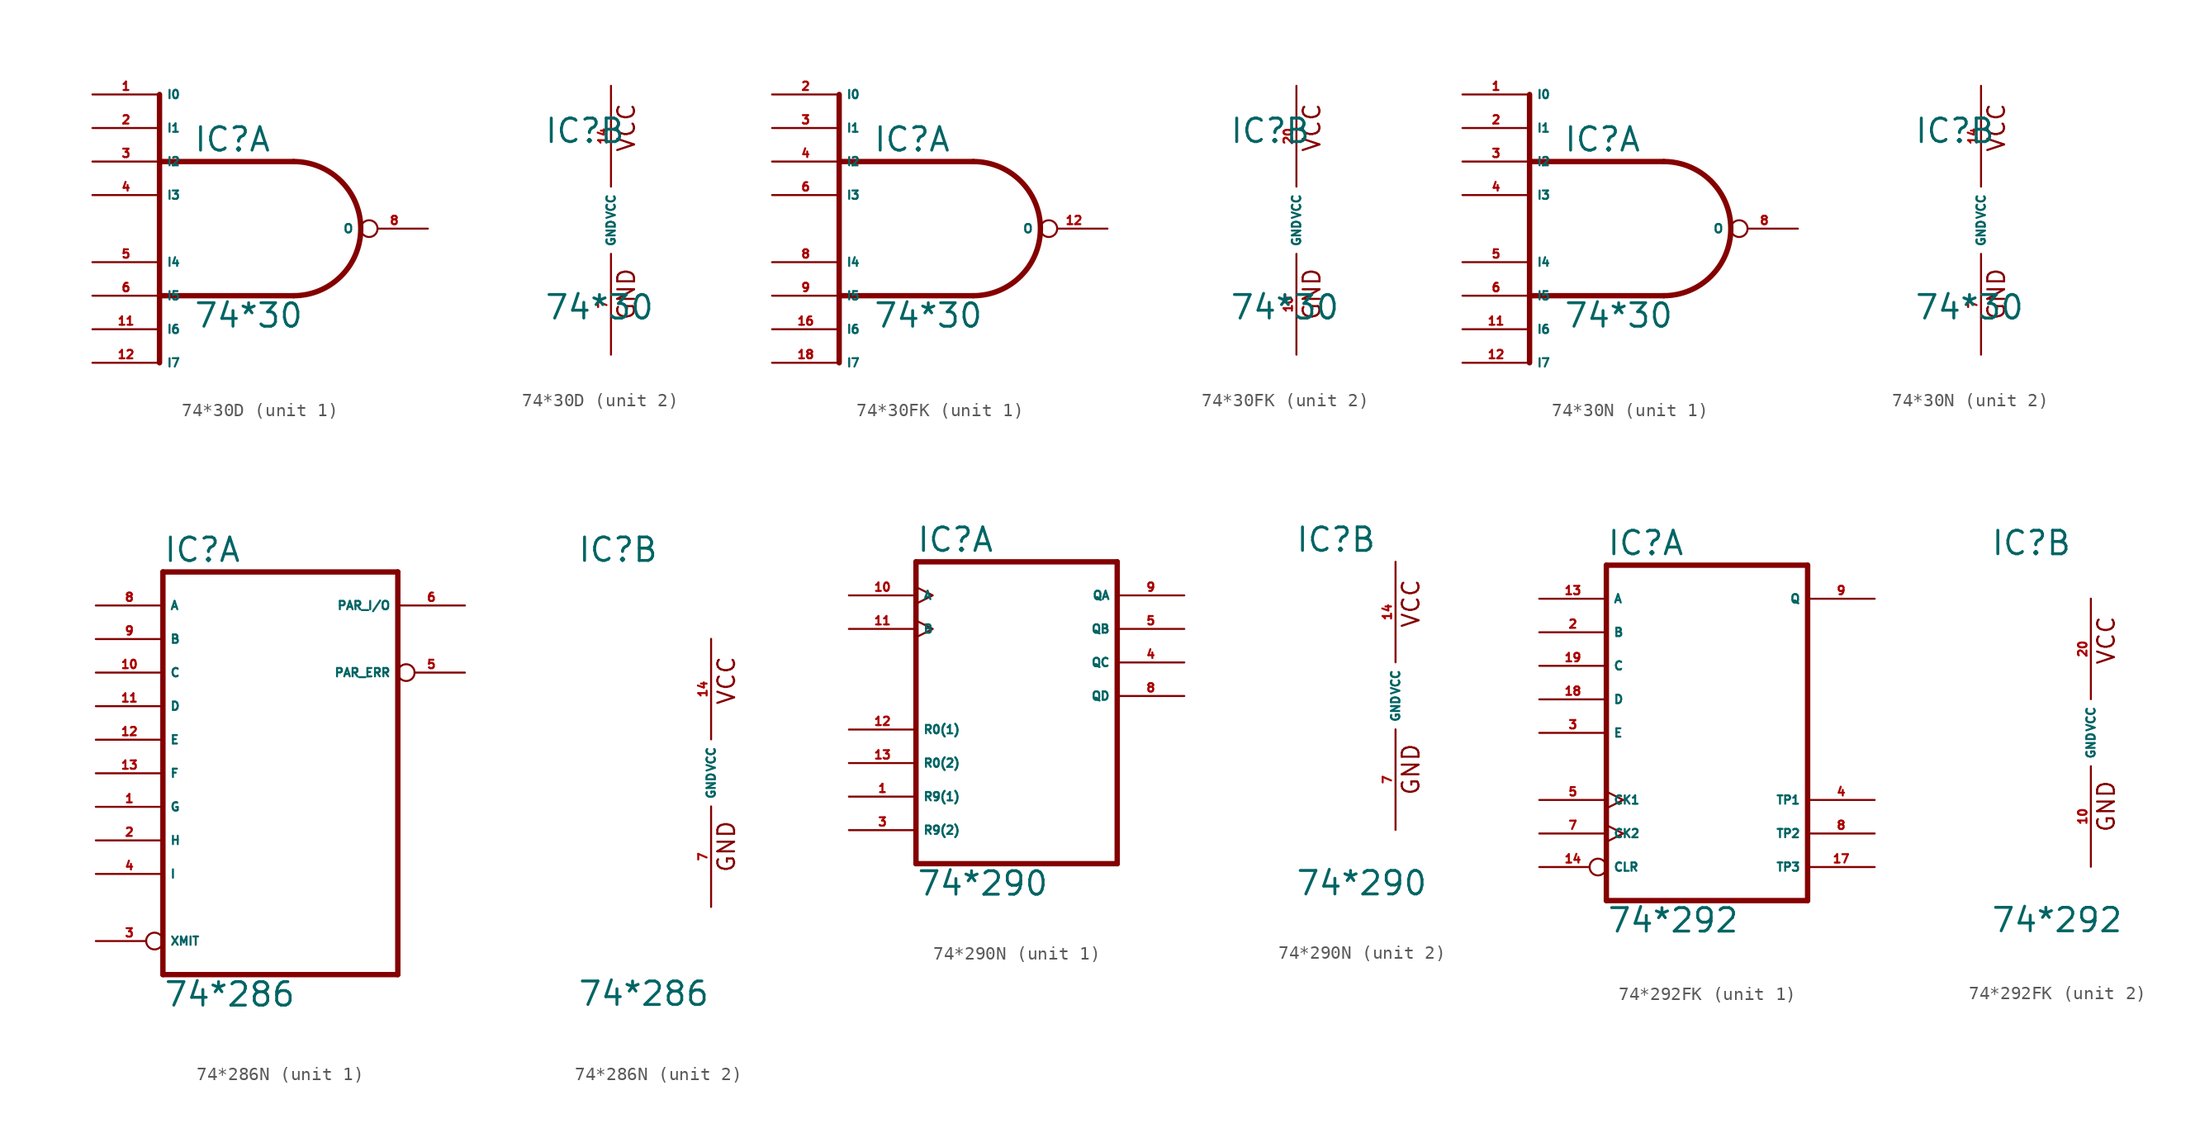
<source format=kicad_sym>
(kicad_symbol_lib
  (version 20220914)
  (generator Eagle2Kicad)
  (symbol "74*30D"
    (property "Reference" "IC"
      (at -5.08 5.715 0)
      (effects (font (size 1.778 1.778) (thickness 0.22)) (justify left bottom)))
    (property "Value" "74*30"
      (at -5.08 -7.62 0)
      (effects (font (size 1.778 1.778) (thickness 0.22)) (justify left bottom)))
    (symbol "74*30D_1_0"
      (polyline (pts (xy -7.62 -5.08) (xy 2.54 -5.08)) (stroke (width 0.406) (type default)) (fill (type none)))
      (polyline (pts (xy -7.62 5.08) (xy 2.54 5.08)) (stroke (width 0.406) (type default)) (fill (type none)))
      (polyline (pts (xy -7.62 10.16) (xy -7.62 -10.16)) (stroke (width 0.406) (type default)) (fill (type none)))
      (arc (start 2.54 -5.08) (mid 7.620 0.000) (end 2.54 5.08) (stroke (width 0.4064) (type default)) (fill (type none)))
      (pin input line (at -12.7 10.16 0) (length 5.08) (name "I0" (effects (font (size 0.635 0.635) (thickness 0.08)) (justify left bottom))) (number "1" (effects (font (size 0.635 0.635) (thickness 0.08)) (justify left bottom))))
      (pin input line (at -12.7 7.62 0) (length 5.08) (name "I1" (effects (font (size 0.635 0.635) (thickness 0.08)) (justify left bottom))) (number "2" (effects (font (size 0.635 0.635) (thickness 0.08)) (justify left bottom))))
      (pin input line (at -12.7 5.08 0) (length 5.08) (name "I2" (effects (font (size 0.635 0.635) (thickness 0.08)) (justify left bottom))) (number "3" (effects (font (size 0.635 0.635) (thickness 0.08)) (justify left bottom))))
      (pin input line (at -12.7 2.54 0) (length 5.08) (name "I3" (effects (font (size 0.635 0.635) (thickness 0.08)) (justify left bottom))) (number "4" (effects (font (size 0.635 0.635) (thickness 0.08)) (justify left bottom))))
      (pin input line (at -12.7 -2.54 0) (length 5.08) (name "I4" (effects (font (size 0.635 0.635) (thickness 0.08)) (justify left bottom))) (number "5" (effects (font (size 0.635 0.635) (thickness 0.08)) (justify left bottom))))
      (pin input line (at -12.7 -5.08 0) (length 5.08) (name "I5" (effects (font (size 0.635 0.635) (thickness 0.08)) (justify left bottom))) (number "6" (effects (font (size 0.635 0.635) (thickness 0.08)) (justify left bottom))))
      (pin output inverted (at 12.7 0 180) (length 5.08) (name "O" (effects (font (size 0.635 0.635) (thickness 0.08)) (justify left bottom))) (number "8" (effects (font (size 0.635 0.635) (thickness 0.08)) (justify left bottom))))
      (pin input line (at -12.7 -7.62 0) (length 5.08) (name "I6" (effects (font (size 0.635 0.635) (thickness 0.08)) (justify left bottom))) (number "11" (effects (font (size 0.635 0.635) (thickness 0.08)) (justify left bottom))))
      (pin input line (at -12.7 -10.16 0) (length 5.08) (name "I7" (effects (font (size 0.635 0.635) (thickness 0.08)) (justify left bottom))) (number "12" (effects (font (size 0.635 0.635) (thickness 0.08)) (justify left bottom)))))
    (symbol "74*30D_2_0"
      (text "GND" (at 1.905 -7.62 900) (effects (font (size 1.27 1.27) (thickness 0.16)) (justify left bottom)))
      (text "VCC" (at 1.905 5.08 900) (effects (font (size 1.27 1.27) (thickness 0.16)) (justify left bottom)))
      (pin unspecified line (at 0 -10.16 90) (length 7.62) (name "GND" (effects (font (size 0.635 0.635) (thickness 0.08)) (justify left bottom))) (number "7" (effects (font (size 0.635 0.635) (thickness 0.08)) (justify left bottom))))
      (pin unspecified line (at 0 10.16 270) (length 7.62) (name "VCC" (effects (font (size 0.635 0.635) (thickness 0.08)) (justify left bottom))) (number "14" (effects (font (size 0.635 0.635) (thickness 0.08)) (justify left bottom))))))
  (symbol "74*30FK"
    (property "Reference" "IC"
      (at -5.08 5.715 0)
      (effects (font (size 1.778 1.778) (thickness 0.22)) (justify left bottom)))
    (property "Value" "74*30"
      (at -5.08 -7.62 0)
      (effects (font (size 1.778 1.778) (thickness 0.22)) (justify left bottom)))
    (symbol "74*30FK_1_0"
      (polyline (pts (xy -7.62 -5.08) (xy 2.54 -5.08)) (stroke (width 0.406) (type default)) (fill (type none)))
      (polyline (pts (xy -7.62 5.08) (xy 2.54 5.08)) (stroke (width 0.406) (type default)) (fill (type none)))
      (polyline (pts (xy -7.62 10.16) (xy -7.62 -10.16)) (stroke (width 0.406) (type default)) (fill (type none)))
      (arc (start 2.54 -5.08) (mid 7.620 0.000) (end 2.54 5.08) (stroke (width 0.4064) (type default)) (fill (type none)))
      (pin input line (at -12.7 10.16 0) (length 5.08) (name "I0" (effects (font (size 0.635 0.635) (thickness 0.08)) (justify left bottom))) (number "2" (effects (font (size 0.635 0.635) (thickness 0.08)) (justify left bottom))))
      (pin input line (at -12.7 7.62 0) (length 5.08) (name "I1" (effects (font (size 0.635 0.635) (thickness 0.08)) (justify left bottom))) (number "3" (effects (font (size 0.635 0.635) (thickness 0.08)) (justify left bottom))))
      (pin input line (at -12.7 5.08 0) (length 5.08) (name "I2" (effects (font (size 0.635 0.635) (thickness 0.08)) (justify left bottom))) (number "4" (effects (font (size 0.635 0.635) (thickness 0.08)) (justify left bottom))))
      (pin input line (at -12.7 2.54 0) (length 5.08) (name "I3" (effects (font (size 0.635 0.635) (thickness 0.08)) (justify left bottom))) (number "6" (effects (font (size 0.635 0.635) (thickness 0.08)) (justify left bottom))))
      (pin input line (at -12.7 -2.54 0) (length 5.08) (name "I4" (effects (font (size 0.635 0.635) (thickness 0.08)) (justify left bottom))) (number "8" (effects (font (size 0.635 0.635) (thickness 0.08)) (justify left bottom))))
      (pin input line (at -12.7 -5.08 0) (length 5.08) (name "I5" (effects (font (size 0.635 0.635) (thickness 0.08)) (justify left bottom))) (number "9" (effects (font (size 0.635 0.635) (thickness 0.08)) (justify left bottom))))
      (pin output inverted (at 12.7 0 180) (length 5.08) (name "O" (effects (font (size 0.635 0.635) (thickness 0.08)) (justify left bottom))) (number "12" (effects (font (size 0.635 0.635) (thickness 0.08)) (justify left bottom))))
      (pin input line (at -12.7 -7.62 0) (length 5.08) (name "I6" (effects (font (size 0.635 0.635) (thickness 0.08)) (justify left bottom))) (number "16" (effects (font (size 0.635 0.635) (thickness 0.08)) (justify left bottom))))
      (pin input line (at -12.7 -10.16 0) (length 5.08) (name "I7" (effects (font (size 0.635 0.635) (thickness 0.08)) (justify left bottom))) (number "18" (effects (font (size 0.635 0.635) (thickness 0.08)) (justify left bottom)))))
    (symbol "74*30FK_2_0"
      (text "GND" (at 1.905 -7.62 900) (effects (font (size 1.27 1.27) (thickness 0.16)) (justify left bottom)))
      (text "VCC" (at 1.905 5.08 900) (effects (font (size 1.27 1.27) (thickness 0.16)) (justify left bottom)))
      (pin unspecified line (at 0 -10.16 90) (length 7.62) (name "GND" (effects (font (size 0.635 0.635) (thickness 0.08)) (justify left bottom))) (number "10" (effects (font (size 0.635 0.635) (thickness 0.08)) (justify left bottom))))
      (pin unspecified line (at 0 10.16 270) (length 7.62) (name "VCC" (effects (font (size 0.635 0.635) (thickness 0.08)) (justify left bottom))) (number "20" (effects (font (size 0.635 0.635) (thickness 0.08)) (justify left bottom))))))
  (symbol "74*30N"
    (property "Reference" "IC"
      (at -5.08 5.715 0)
      (effects (font (size 1.778 1.778) (thickness 0.22)) (justify left bottom)))
    (property "Value" "74*30"
      (at -5.08 -7.62 0)
      (effects (font (size 1.778 1.778) (thickness 0.22)) (justify left bottom)))
    (symbol "74*30N_1_0"
      (polyline (pts (xy -7.62 -5.08) (xy 2.54 -5.08)) (stroke (width 0.406) (type default)) (fill (type none)))
      (polyline (pts (xy -7.62 5.08) (xy 2.54 5.08)) (stroke (width 0.406) (type default)) (fill (type none)))
      (polyline (pts (xy -7.62 10.16) (xy -7.62 -10.16)) (stroke (width 0.406) (type default)) (fill (type none)))
      (arc (start 2.54 -5.08) (mid 7.620 0.000) (end 2.54 5.08) (stroke (width 0.4064) (type default)) (fill (type none)))
      (pin input line (at -12.7 10.16 0) (length 5.08) (name "I0" (effects (font (size 0.635 0.635) (thickness 0.08)) (justify left bottom))) (number "1" (effects (font (size 0.635 0.635) (thickness 0.08)) (justify left bottom))))
      (pin input line (at -12.7 7.62 0) (length 5.08) (name "I1" (effects (font (size 0.635 0.635) (thickness 0.08)) (justify left bottom))) (number "2" (effects (font (size 0.635 0.635) (thickness 0.08)) (justify left bottom))))
      (pin input line (at -12.7 5.08 0) (length 5.08) (name "I2" (effects (font (size 0.635 0.635) (thickness 0.08)) (justify left bottom))) (number "3" (effects (font (size 0.635 0.635) (thickness 0.08)) (justify left bottom))))
      (pin input line (at -12.7 2.54 0) (length 5.08) (name "I3" (effects (font (size 0.635 0.635) (thickness 0.08)) (justify left bottom))) (number "4" (effects (font (size 0.635 0.635) (thickness 0.08)) (justify left bottom))))
      (pin input line (at -12.7 -2.54 0) (length 5.08) (name "I4" (effects (font (size 0.635 0.635) (thickness 0.08)) (justify left bottom))) (number "5" (effects (font (size 0.635 0.635) (thickness 0.08)) (justify left bottom))))
      (pin input line (at -12.7 -5.08 0) (length 5.08) (name "I5" (effects (font (size 0.635 0.635) (thickness 0.08)) (justify left bottom))) (number "6" (effects (font (size 0.635 0.635) (thickness 0.08)) (justify left bottom))))
      (pin output inverted (at 12.7 0 180) (length 5.08) (name "O" (effects (font (size 0.635 0.635) (thickness 0.08)) (justify left bottom))) (number "8" (effects (font (size 0.635 0.635) (thickness 0.08)) (justify left bottom))))
      (pin input line (at -12.7 -7.62 0) (length 5.08) (name "I6" (effects (font (size 0.635 0.635) (thickness 0.08)) (justify left bottom))) (number "11" (effects (font (size 0.635 0.635) (thickness 0.08)) (justify left bottom))))
      (pin input line (at -12.7 -10.16 0) (length 5.08) (name "I7" (effects (font (size 0.635 0.635) (thickness 0.08)) (justify left bottom))) (number "12" (effects (font (size 0.635 0.635) (thickness 0.08)) (justify left bottom)))))
    (symbol "74*30N_2_0"
      (text "GND" (at 1.905 -7.62 900) (effects (font (size 1.27 1.27) (thickness 0.16)) (justify left bottom)))
      (text "VCC" (at 1.905 5.08 900) (effects (font (size 1.27 1.27) (thickness 0.16)) (justify left bottom)))
      (pin unspecified line (at 0 -10.16 90) (length 7.62) (name "GND" (effects (font (size 0.635 0.635) (thickness 0.08)) (justify left bottom))) (number "7" (effects (font (size 0.635 0.635) (thickness 0.08)) (justify left bottom))))
      (pin unspecified line (at 0 10.16 270) (length 7.62) (name "VCC" (effects (font (size 0.635 0.635) (thickness 0.08)) (justify left bottom))) (number "14" (effects (font (size 0.635 0.635) (thickness 0.08)) (justify left bottom))))))
  (symbol "74*286N"
    (property "Reference" "IC"
      (at -10.16 15.875 0)
      (effects (font (size 1.778 1.778) (thickness 0.22)) (justify left bottom)))
    (property "Value" "74*286"
      (at -10.16 -17.78 0)
      (effects (font (size 1.778 1.778) (thickness 0.22)) (justify left bottom)))
    (symbol "74*286N_1_0"
      (polyline (pts (xy -10.16 -15.24) (xy 7.62 -15.24)) (stroke (width 0.406) (type default)) (fill (type none)))
      (polyline (pts (xy 7.62 -15.24) (xy 7.62 15.24)) (stroke (width 0.406) (type default)) (fill (type none)))
      (polyline (pts (xy 7.62 15.24) (xy -10.16 15.24)) (stroke (width 0.406) (type default)) (fill (type none)))
      (polyline (pts (xy -10.16 15.24) (xy -10.16 -15.24)) (stroke (width 0.406) (type default)) (fill (type none)))
      (pin input line (at -15.24 -2.54 0) (length 5.08) (name "G" (effects (font (size 0.635 0.635) (thickness 0.08)) (justify left bottom))) (number "1" (effects (font (size 0.635 0.635) (thickness 0.08)) (justify left bottom))))
      (pin input line (at -15.24 -5.08 0) (length 5.08) (name "H" (effects (font (size 0.635 0.635) (thickness 0.08)) (justify left bottom))) (number "2" (effects (font (size 0.635 0.635) (thickness 0.08)) (justify left bottom))))
      (pin input inverted (at -15.24 -12.7 0) (length 5.08) (name "XMIT" (effects (font (size 0.635 0.635) (thickness 0.08)) (justify left bottom))) (number "3" (effects (font (size 0.635 0.635) (thickness 0.08)) (justify left bottom))))
      (pin input line (at -15.24 -7.62 0) (length 5.08) (name "I" (effects (font (size 0.635 0.635) (thickness 0.08)) (justify left bottom))) (number "4" (effects (font (size 0.635 0.635) (thickness 0.08)) (justify left bottom))))
      (pin output inverted (at 12.7 7.62 180) (length 5.08) (name "PAR_ERR" (effects (font (size 0.635 0.635) (thickness 0.08)) (justify left bottom))) (number "5" (effects (font (size 0.635 0.635) (thickness 0.08)) (justify left bottom))))
      (pin bidirectional line (at 12.7 12.7 180) (length 5.08) (name "PAR_I/O" (effects (font (size 0.635 0.635) (thickness 0.08)) (justify left bottom))) (number "6" (effects (font (size 0.635 0.635) (thickness 0.08)) (justify left bottom))))
      (pin input line (at -15.24 12.7 0) (length 5.08) (name "A" (effects (font (size 0.635 0.635) (thickness 0.08)) (justify left bottom))) (number "8" (effects (font (size 0.635 0.635) (thickness 0.08)) (justify left bottom))))
      (pin input line (at -15.24 10.16 0) (length 5.08) (name "B" (effects (font (size 0.635 0.635) (thickness 0.08)) (justify left bottom))) (number "9" (effects (font (size 0.635 0.635) (thickness 0.08)) (justify left bottom))))
      (pin input line (at -15.24 7.62 0) (length 5.08) (name "C" (effects (font (size 0.635 0.635) (thickness 0.08)) (justify left bottom))) (number "10" (effects (font (size 0.635 0.635) (thickness 0.08)) (justify left bottom))))
      (pin input line (at -15.24 5.08 0) (length 5.08) (name "D" (effects (font (size 0.635 0.635) (thickness 0.08)) (justify left bottom))) (number "11" (effects (font (size 0.635 0.635) (thickness 0.08)) (justify left bottom))))
      (pin input line (at -15.24 2.54 0) (length 5.08) (name "E" (effects (font (size 0.635 0.635) (thickness 0.08)) (justify left bottom))) (number "12" (effects (font (size 0.635 0.635) (thickness 0.08)) (justify left bottom))))
      (pin input line (at -15.24 0 0) (length 5.08) (name "F" (effects (font (size 0.635 0.635) (thickness 0.08)) (justify left bottom))) (number "13" (effects (font (size 0.635 0.635) (thickness 0.08)) (justify left bottom)))))
    (symbol "74*286N_2_0"
      (text "GND" (at 1.905 -7.62 900) (effects (font (size 1.27 1.27) (thickness 0.16)) (justify left bottom)))
      (text "VCC" (at 1.905 5.08 900) (effects (font (size 1.27 1.27) (thickness 0.16)) (justify left bottom)))
      (pin unspecified line (at 0 -10.16 90) (length 7.62) (name "GND" (effects (font (size 0.635 0.635) (thickness 0.08)) (justify left bottom))) (number "7" (effects (font (size 0.635 0.635) (thickness 0.08)) (justify left bottom))))
      (pin unspecified line (at 0 10.16 270) (length 7.62) (name "VCC" (effects (font (size 0.635 0.635) (thickness 0.08)) (justify left bottom))) (number "14" (effects (font (size 0.635 0.635) (thickness 0.08)) (justify left bottom))))))
  (symbol "74*290N"
    (property "Reference" "IC"
      (at -7.62 10.795 0)
      (effects (font (size 1.778 1.778) (thickness 0.22)) (justify left bottom)))
    (property "Value" "74*290"
      (at -7.62 -15.24 0)
      (effects (font (size 1.778 1.778) (thickness 0.22)) (justify left bottom)))
    (symbol "74*290N_1_0"
      (polyline (pts (xy -7.62 -12.7) (xy 7.62 -12.7)) (stroke (width 0.406) (type default)) (fill (type none)))
      (polyline (pts (xy 7.62 -12.7) (xy 7.62 10.16)) (stroke (width 0.406) (type default)) (fill (type none)))
      (polyline (pts (xy 7.62 10.16) (xy -7.62 10.16)) (stroke (width 0.406) (type default)) (fill (type none)))
      (polyline (pts (xy -7.62 10.16) (xy -7.62 -12.7)) (stroke (width 0.406) (type default)) (fill (type none)))
      (pin input line (at -12.7 -7.62 0) (length 5.08) (name "R9(1)" (effects (font (size 0.635 0.635) (thickness 0.08)) (justify left bottom))) (number "1" (effects (font (size 0.635 0.635) (thickness 0.08)) (justify left bottom))))
      (pin input line (at -12.7 -10.16 0) (length 5.08) (name "R9(2)" (effects (font (size 0.635 0.635) (thickness 0.08)) (justify left bottom))) (number "3" (effects (font (size 0.635 0.635) (thickness 0.08)) (justify left bottom))))
      (pin output line (at 12.7 2.54 180) (length 5.08) (name "QC" (effects (font (size 0.635 0.635) (thickness 0.08)) (justify left bottom))) (number "4" (effects (font (size 0.635 0.635) (thickness 0.08)) (justify left bottom))))
      (pin output line (at 12.7 5.08 180) (length 5.08) (name "QB" (effects (font (size 0.635 0.635) (thickness 0.08)) (justify left bottom))) (number "5" (effects (font (size 0.635 0.635) (thickness 0.08)) (justify left bottom))))
      (pin output line (at 12.7 0 180) (length 5.08) (name "QD" (effects (font (size 0.635 0.635) (thickness 0.08)) (justify left bottom))) (number "8" (effects (font (size 0.635 0.635) (thickness 0.08)) (justify left bottom))))
      (pin output line (at 12.7 7.62 180) (length 5.08) (name "QA" (effects (font (size 0.635 0.635) (thickness 0.08)) (justify left bottom))) (number "9" (effects (font (size 0.635 0.635) (thickness 0.08)) (justify left bottom))))
      (pin input clock (at -12.7 7.62 0) (length 5.08) (name "A" (effects (font (size 0.635 0.635) (thickness 0.08)) (justify left bottom))) (number "10" (effects (font (size 0.635 0.635) (thickness 0.08)) (justify left bottom))))
      (pin input clock (at -12.7 5.08 0) (length 5.08) (name "B" (effects (font (size 0.635 0.635) (thickness 0.08)) (justify left bottom))) (number "11" (effects (font (size 0.635 0.635) (thickness 0.08)) (justify left bottom))))
      (pin input line (at -12.7 -2.54 0) (length 5.08) (name "R0(1)" (effects (font (size 0.635 0.635) (thickness 0.08)) (justify left bottom))) (number "12" (effects (font (size 0.635 0.635) (thickness 0.08)) (justify left bottom))))
      (pin input line (at -12.7 -5.08 0) (length 5.08) (name "R0(2)" (effects (font (size 0.635 0.635) (thickness 0.08)) (justify left bottom))) (number "13" (effects (font (size 0.635 0.635) (thickness 0.08)) (justify left bottom)))))
    (symbol "74*290N_2_0"
      (text "GND" (at 1.905 -7.62 900) (effects (font (size 1.27 1.27) (thickness 0.16)) (justify left bottom)))
      (text "VCC" (at 1.905 5.08 900) (effects (font (size 1.27 1.27) (thickness 0.16)) (justify left bottom)))
      (pin unspecified line (at 0 -10.16 90) (length 7.62) (name "GND" (effects (font (size 0.635 0.635) (thickness 0.08)) (justify left bottom))) (number "7" (effects (font (size 0.635 0.635) (thickness 0.08)) (justify left bottom))))
      (pin unspecified line (at 0 10.16 270) (length 7.62) (name "VCC" (effects (font (size 0.635 0.635) (thickness 0.08)) (justify left bottom))) (number "14" (effects (font (size 0.635 0.635) (thickness 0.08)) (justify left bottom))))))
  (symbol "74*292FK"
    (property "Reference" "IC"
      (at -7.62 13.335 0)
      (effects (font (size 1.778 1.778) (thickness 0.22)) (justify left bottom)))
    (property "Value" "74*292"
      (at -7.62 -15.24 0)
      (effects (font (size 1.778 1.778) (thickness 0.22)) (justify left bottom)))
    (symbol "74*292FK_1_0"
      (polyline (pts (xy -7.62 -12.7) (xy 7.62 -12.7)) (stroke (width 0.406) (type default)) (fill (type none)))
      (polyline (pts (xy 7.62 -12.7) (xy 7.62 12.7)) (stroke (width 0.406) (type default)) (fill (type none)))
      (polyline (pts (xy 7.62 12.7) (xy -7.62 12.7)) (stroke (width 0.406) (type default)) (fill (type none)))
      (polyline (pts (xy -7.62 12.7) (xy -7.62 -12.7)) (stroke (width 0.406) (type default)) (fill (type none)))
      (pin input line (at -12.7 7.62 0) (length 5.08) (name "B" (effects (font (size 0.635 0.635) (thickness 0.08)) (justify left bottom))) (number "2" (effects (font (size 0.635 0.635) (thickness 0.08)) (justify left bottom))))
      (pin input line (at -12.7 0 0) (length 5.08) (name "E" (effects (font (size 0.635 0.635) (thickness 0.08)) (justify left bottom))) (number "3" (effects (font (size 0.635 0.635) (thickness 0.08)) (justify left bottom))))
      (pin output line (at 12.7 -5.08 180) (length 5.08) (name "TP1" (effects (font (size 0.635 0.635) (thickness 0.08)) (justify left bottom))) (number "4" (effects (font (size 0.635 0.635) (thickness 0.08)) (justify left bottom))))
      (pin input clock (at -12.7 -5.08 0) (length 5.08) (name "CK1" (effects (font (size 0.635 0.635) (thickness 0.08)) (justify left bottom))) (number "5" (effects (font (size 0.635 0.635) (thickness 0.08)) (justify left bottom))))
      (pin input clock (at -12.7 -7.62 0) (length 5.08) (name "CK2" (effects (font (size 0.635 0.635) (thickness 0.08)) (justify left bottom))) (number "7" (effects (font (size 0.635 0.635) (thickness 0.08)) (justify left bottom))))
      (pin output line (at 12.7 -7.62 180) (length 5.08) (name "TP2" (effects (font (size 0.635 0.635) (thickness 0.08)) (justify left bottom))) (number "8" (effects (font (size 0.635 0.635) (thickness 0.08)) (justify left bottom))))
      (pin output line (at 12.7 10.16 180) (length 5.08) (name "Q" (effects (font (size 0.635 0.635) (thickness 0.08)) (justify left bottom))) (number "9" (effects (font (size 0.635 0.635) (thickness 0.08)) (justify left bottom))))
      (pin input line (at -12.7 10.16 0) (length 5.08) (name "A" (effects (font (size 0.635 0.635) (thickness 0.08)) (justify left bottom))) (number "13" (effects (font (size 0.635 0.635) (thickness 0.08)) (justify left bottom))))
      (pin input inverted (at -12.7 -10.16 0) (length 5.08) (name "CLR" (effects (font (size 0.635 0.635) (thickness 0.08)) (justify left bottom))) (number "14" (effects (font (size 0.635 0.635) (thickness 0.08)) (justify left bottom))))
      (pin output line (at 12.7 -10.16 180) (length 5.08) (name "TP3" (effects (font (size 0.635 0.635) (thickness 0.08)) (justify left bottom))) (number "17" (effects (font (size 0.635 0.635) (thickness 0.08)) (justify left bottom))))
      (pin input line (at -12.7 2.54 0) (length 5.08) (name "D" (effects (font (size 0.635 0.635) (thickness 0.08)) (justify left bottom))) (number "18" (effects (font (size 0.635 0.635) (thickness 0.08)) (justify left bottom))))
      (pin input line (at -12.7 5.08 0) (length 5.08) (name "C" (effects (font (size 0.635 0.635) (thickness 0.08)) (justify left bottom))) (number "19" (effects (font (size 0.635 0.635) (thickness 0.08)) (justify left bottom)))))
    (symbol "74*292FK_2_0"
      (text "GND" (at 1.905 -7.62 900) (effects (font (size 1.27 1.27) (thickness 0.16)) (justify left bottom)))
      (text "VCC" (at 1.905 5.08 900) (effects (font (size 1.27 1.27) (thickness 0.16)) (justify left bottom)))
      (pin unspecified line (at 0 -10.16 90) (length 7.62) (name "GND" (effects (font (size 0.635 0.635) (thickness 0.08)) (justify left bottom))) (number "10" (effects (font (size 0.635 0.635) (thickness 0.08)) (justify left bottom))))
      (pin unspecified line (at 0 10.16 270) (length 7.62) (name "VCC" (effects (font (size 0.635 0.635) (thickness 0.08)) (justify left bottom))) (number "20" (effects (font (size 0.635 0.635) (thickness 0.08)) (justify left bottom)))))))
</source>
